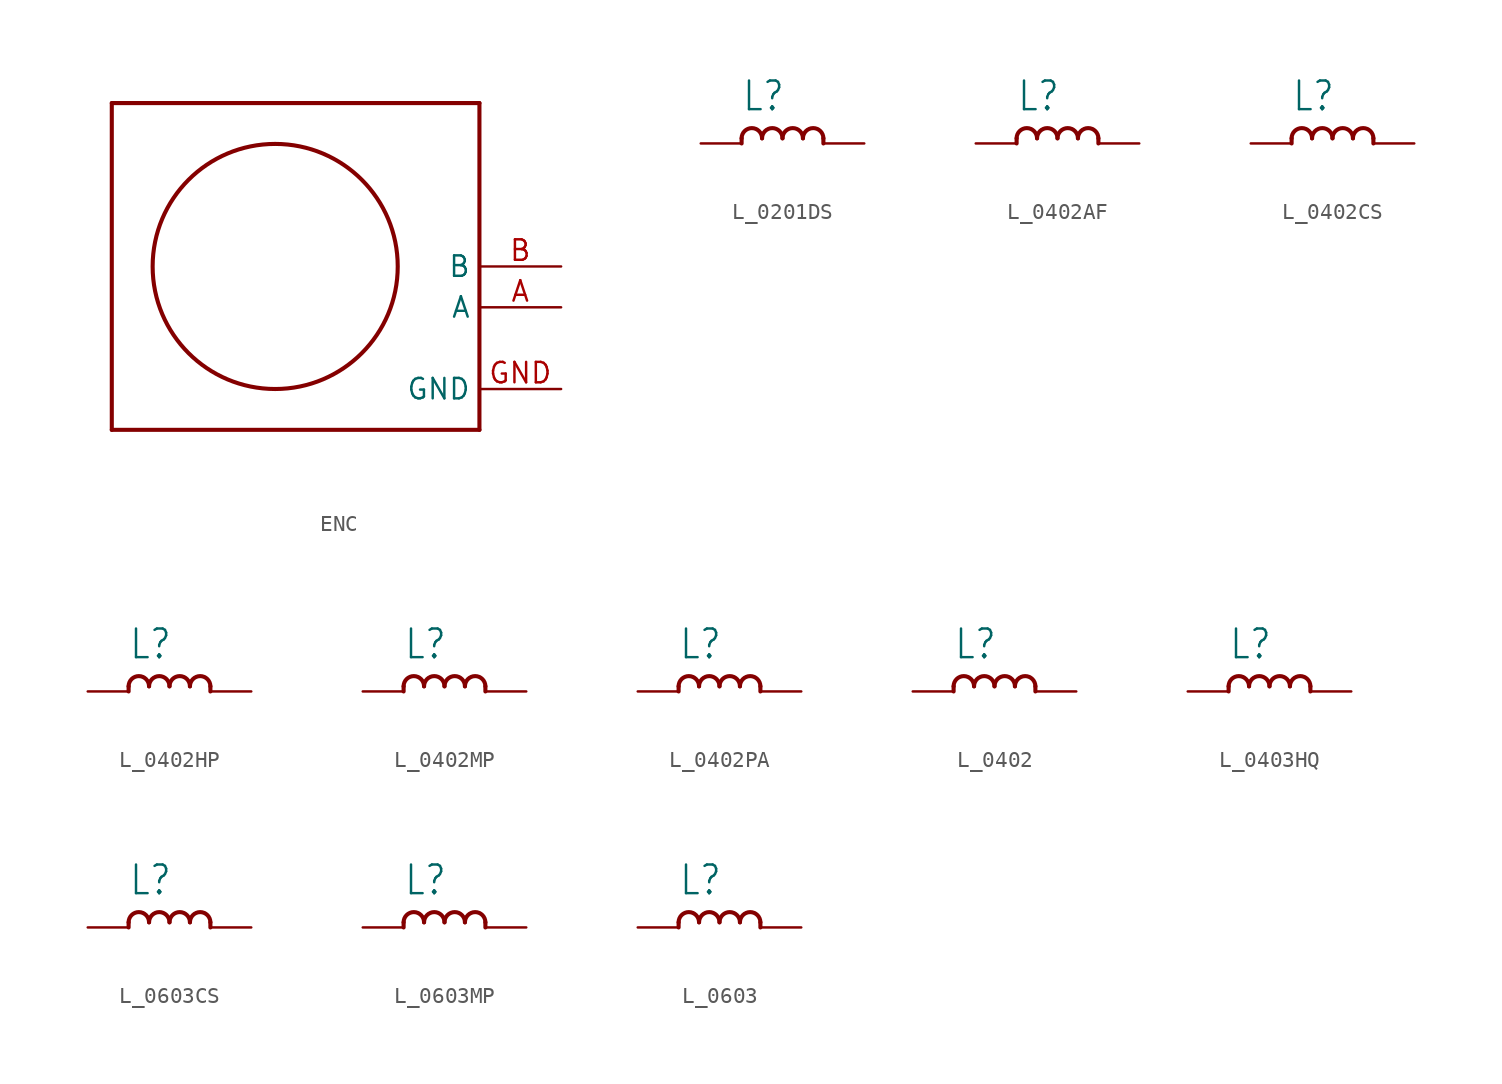
<source format=kicad_sym>
(kicad_symbol_lib
  (version 20220914)
  (generator kicad_symbol_editor)
  (symbol "ENC"
    (property "Reference" ""
      (at -10.16 -12.7 0)
      (effects (font (size 1.27 1.079)) (justify left bottom) hide))
    (property "Value" ""
      (at 2.54 -12.7 0)
      (effects (font (size 1.27 1.079)) (justify left bottom)))
    (property "ki_locked" ""
      (at 0 0 0)
      (effects (font (size 1.27 1.27))))
    (symbol "ENC_1_0"
      (polyline (pts (xy -10.16 -10.16) (xy -10.16 10.16)) (stroke (width 0.254) (type solid)) (fill (type none)))
      (polyline (pts (xy -10.16 10.16) (xy 12.7 10.16)) (stroke (width 0.254) (type solid)) (fill (type none)))
      (polyline (pts (xy 12.7 -10.16) (xy -10.16 -10.16)) (stroke (width 0.254) (type solid)) (fill (type none)))
      (polyline (pts (xy 12.7 10.16) (xy 12.7 -10.16)) (stroke (width 0.254) (type solid)) (fill (type none)))
      (circle (center 0 0) (radius 7.62) (stroke (width 0.254) (type solid)) (fill (type none)))
      (pin bidirectional line (at 17.78 -2.54 180) (length 5.08) (name "A" (effects (font (size 1.27 1.27)))) (number "A" (effects (font (size 1.27 1.27)))))
      (pin bidirectional line (at 17.78 0 180) (length 5.08) (name "B" (effects (font (size 1.27 1.27)))) (number "B" (effects (font (size 1.27 1.27)))))
      (pin bidirectional line (at 17.78 -7.62 180) (length 5.08) (name "GND" (effects (font (size 1.27 1.27)))) (number "GND" (effects (font (size 1.27 1.27)))))))
  (symbol "L_0201DS"
    (property "Reference" "L"
      (at -2.54 1.905 0)
      (effects (font (size 1.778 1.511)) (justify left bottom)))
    (property "Value" ""
      (at -2.54 -2.54 0)
      (effects (font (size 1.778 1.511)) (justify left bottom)))
    (property "ki_locked" ""
      (at 0 0 0)
      (effects (font (size 1.27 1.27))))
    (symbol "L_0201DS_1_0"
      (arc (start -1.27 0.3173) (mid -1.9049 0.9497) (end -2.54 0.3175) (stroke (width 0.254) (type solid)) (fill (type none)))
      (polyline (pts (xy -2.54 0.318) (xy -2.54 0)) (stroke (width 0.254) (type solid)) (fill (type none)))
      (polyline (pts (xy 2.54 0.318) (xy 2.54 0)) (stroke (width 0.254) (type solid)) (fill (type none)))
      (arc (start 0 0.3173) (mid -0.6349 0.9497) (end -1.27 0.3175) (stroke (width 0.254) (type solid)) (fill (type none)))
      (arc (start 1.27 0.3173) (mid 0.6351 0.9497) (end 0 0.3175) (stroke (width 0.254) (type solid)) (fill (type none)))
      (arc (start 2.54 0.3173) (mid 1.9051 0.9497) (end 1.27 0.3175) (stroke (width 0.254) (type solid)) (fill (type none)))
      (pin passive line (at 5.08 0 180) (length 2.54) (name "1" (effects (font (size 0 0)))) (number "1" (effects (font (size 0 0)))))
      (pin passive line (at -5.08 0 0) (length 2.54) (name "2" (effects (font (size 0 0)))) (number "2" (effects (font (size 0 0)))))))
  (symbol "L_0402AF"
    (property "Reference" "L"
      (at -2.54 1.905 0)
      (effects (font (size 1.778 1.511)) (justify left bottom)))
    (property "Value" ""
      (at -2.54 -2.54 0)
      (effects (font (size 1.778 1.511)) (justify left bottom)))
    (property "ki_locked" ""
      (at 0 0 0)
      (effects (font (size 1.27 1.27))))
    (symbol "L_0402AF_1_0"
      (arc (start -1.27 0.3173) (mid -1.9049 0.9497) (end -2.54 0.3175) (stroke (width 0.254) (type solid)) (fill (type none)))
      (polyline (pts (xy -2.54 0.318) (xy -2.54 0)) (stroke (width 0.254) (type solid)) (fill (type none)))
      (polyline (pts (xy 2.54 0.318) (xy 2.54 0)) (stroke (width 0.254) (type solid)) (fill (type none)))
      (arc (start 0 0.3173) (mid -0.6349 0.9497) (end -1.27 0.3175) (stroke (width 0.254) (type solid)) (fill (type none)))
      (arc (start 1.27 0.3173) (mid 0.6351 0.9497) (end 0 0.3175) (stroke (width 0.254) (type solid)) (fill (type none)))
      (arc (start 2.54 0.3173) (mid 1.9051 0.9497) (end 1.27 0.3175) (stroke (width 0.254) (type solid)) (fill (type none)))
      (pin passive line (at 5.08 0 180) (length 2.54) (name "1" (effects (font (size 0 0)))) (number "1" (effects (font (size 0 0)))))
      (pin passive line (at -5.08 0 0) (length 2.54) (name "2" (effects (font (size 0 0)))) (number "2" (effects (font (size 0 0)))))))
  (symbol "L_0402CS"
    (property "Reference" "L"
      (at -2.54 1.905 0)
      (effects (font (size 1.778 1.511)) (justify left bottom)))
    (property "Value" ""
      (at -2.54 -2.54 0)
      (effects (font (size 1.778 1.511)) (justify left bottom)))
    (property "ki_locked" ""
      (at 0 0 0)
      (effects (font (size 1.27 1.27))))
    (symbol "L_0402CS_1_0"
      (arc (start -1.27 0.3173) (mid -1.9049 0.9497) (end -2.54 0.3175) (stroke (width 0.254) (type solid)) (fill (type none)))
      (polyline (pts (xy -2.54 0.318) (xy -2.54 0)) (stroke (width 0.254) (type solid)) (fill (type none)))
      (polyline (pts (xy 2.54 0.318) (xy 2.54 0)) (stroke (width 0.254) (type solid)) (fill (type none)))
      (arc (start 0 0.3173) (mid -0.6349 0.9497) (end -1.27 0.3175) (stroke (width 0.254) (type solid)) (fill (type none)))
      (arc (start 1.27 0.3173) (mid 0.6351 0.9497) (end 0 0.3175) (stroke (width 0.254) (type solid)) (fill (type none)))
      (arc (start 2.54 0.3173) (mid 1.9051 0.9497) (end 1.27 0.3175) (stroke (width 0.254) (type solid)) (fill (type none)))
      (pin passive line (at 5.08 0 180) (length 2.54) (name "1" (effects (font (size 0 0)))) (number "1" (effects (font (size 0 0)))))
      (pin passive line (at -5.08 0 0) (length 2.54) (name "2" (effects (font (size 0 0)))) (number "2" (effects (font (size 0 0)))))))
  (symbol "L_0402HP"
    (property "Reference" "L"
      (at -2.54 1.905 0)
      (effects (font (size 1.778 1.511)) (justify left bottom)))
    (property "Value" ""
      (at -2.54 -2.54 0)
      (effects (font (size 1.778 1.511)) (justify left bottom)))
    (property "ki_locked" ""
      (at 0 0 0)
      (effects (font (size 1.27 1.27))))
    (symbol "L_0402HP_1_0"
      (arc (start -1.27 0.3173) (mid -1.9049 0.9497) (end -2.54 0.3175) (stroke (width 0.254) (type solid)) (fill (type none)))
      (polyline (pts (xy -2.54 0.318) (xy -2.54 0)) (stroke (width 0.254) (type solid)) (fill (type none)))
      (polyline (pts (xy 2.54 0.318) (xy 2.54 0)) (stroke (width 0.254) (type solid)) (fill (type none)))
      (arc (start 0 0.3173) (mid -0.6349 0.9497) (end -1.27 0.3175) (stroke (width 0.254) (type solid)) (fill (type none)))
      (arc (start 1.27 0.3173) (mid 0.6351 0.9497) (end 0 0.3175) (stroke (width 0.254) (type solid)) (fill (type none)))
      (arc (start 2.54 0.3173) (mid 1.9051 0.9497) (end 1.27 0.3175) (stroke (width 0.254) (type solid)) (fill (type none)))
      (pin passive line (at 5.08 0 180) (length 2.54) (name "1" (effects (font (size 0 0)))) (number "1" (effects (font (size 0 0)))))
      (pin passive line (at -5.08 0 0) (length 2.54) (name "2" (effects (font (size 0 0)))) (number "2" (effects (font (size 0 0)))))))
  (symbol "L_0402MP"
    (property "Reference" "L"
      (at -2.54 1.905 0)
      (effects (font (size 1.778 1.511)) (justify left bottom)))
    (property "Value" ""
      (at -2.54 -2.54 0)
      (effects (font (size 1.778 1.511)) (justify left bottom)))
    (property "ki_locked" ""
      (at 0 0 0)
      (effects (font (size 1.27 1.27))))
    (symbol "L_0402MP_1_0"
      (arc (start -1.27 0.3173) (mid -1.9049 0.9497) (end -2.54 0.3175) (stroke (width 0.254) (type solid)) (fill (type none)))
      (polyline (pts (xy -2.54 0.318) (xy -2.54 0)) (stroke (width 0.254) (type solid)) (fill (type none)))
      (polyline (pts (xy 2.54 0.318) (xy 2.54 0)) (stroke (width 0.254) (type solid)) (fill (type none)))
      (arc (start 0 0.3173) (mid -0.6349 0.9497) (end -1.27 0.3175) (stroke (width 0.254) (type solid)) (fill (type none)))
      (arc (start 1.27 0.3173) (mid 0.6351 0.9497) (end 0 0.3175) (stroke (width 0.254) (type solid)) (fill (type none)))
      (arc (start 2.54 0.3173) (mid 1.9051 0.9497) (end 1.27 0.3175) (stroke (width 0.254) (type solid)) (fill (type none)))
      (pin passive line (at 5.08 0 180) (length 2.54) (name "1" (effects (font (size 0 0)))) (number "1" (effects (font (size 0 0)))))
      (pin passive line (at -5.08 0 0) (length 2.54) (name "2" (effects (font (size 0 0)))) (number "2" (effects (font (size 0 0)))))))
  (symbol "L_0402PA"
    (property "Reference" "L"
      (at -2.54 1.905 0)
      (effects (font (size 1.778 1.511)) (justify left bottom)))
    (property "Value" ""
      (at -2.54 -2.54 0)
      (effects (font (size 1.778 1.511)) (justify left bottom)))
    (property "ki_locked" ""
      (at 0 0 0)
      (effects (font (size 1.27 1.27))))
    (symbol "L_0402PA_1_0"
      (arc (start -1.27 0.3173) (mid -1.9049 0.9497) (end -2.54 0.3175) (stroke (width 0.254) (type solid)) (fill (type none)))
      (polyline (pts (xy -2.54 0.318) (xy -2.54 0)) (stroke (width 0.254) (type solid)) (fill (type none)))
      (polyline (pts (xy 2.54 0.318) (xy 2.54 0)) (stroke (width 0.254) (type solid)) (fill (type none)))
      (arc (start 0 0.3173) (mid -0.6349 0.9497) (end -1.27 0.3175) (stroke (width 0.254) (type solid)) (fill (type none)))
      (arc (start 1.27 0.3173) (mid 0.6351 0.9497) (end 0 0.3175) (stroke (width 0.254) (type solid)) (fill (type none)))
      (arc (start 2.54 0.3173) (mid 1.9051 0.9497) (end 1.27 0.3175) (stroke (width 0.254) (type solid)) (fill (type none)))
      (pin passive line (at 5.08 0 180) (length 2.54) (name "1" (effects (font (size 0 0)))) (number "1" (effects (font (size 0 0)))))
      (pin passive line (at -5.08 0 0) (length 2.54) (name "2" (effects (font (size 0 0)))) (number "2" (effects (font (size 0 0)))))))
  (symbol "L_0402"
    (property "Reference" "L"
      (at -2.54 1.905 0)
      (effects (font (size 1.778 1.511)) (justify left bottom)))
    (property "Value" ""
      (at -2.54 -2.54 0)
      (effects (font (size 1.778 1.511)) (justify left bottom)))
    (property "ki_locked" ""
      (at 0 0 0)
      (effects (font (size 1.27 1.27))))
    (symbol "L_0402_1_0"
      (arc (start -1.27 0.3173) (mid -1.9049 0.9497) (end -2.54 0.3175) (stroke (width 0.254) (type solid)) (fill (type none)))
      (polyline (pts (xy -2.54 0.318) (xy -2.54 0)) (stroke (width 0.254) (type solid)) (fill (type none)))
      (polyline (pts (xy 2.54 0.318) (xy 2.54 0)) (stroke (width 0.254) (type solid)) (fill (type none)))
      (arc (start 0 0.3173) (mid -0.6349 0.9497) (end -1.27 0.3175) (stroke (width 0.254) (type solid)) (fill (type none)))
      (arc (start 1.27 0.3173) (mid 0.6351 0.9497) (end 0 0.3175) (stroke (width 0.254) (type solid)) (fill (type none)))
      (arc (start 2.54 0.3173) (mid 1.9051 0.9497) (end 1.27 0.3175) (stroke (width 0.254) (type solid)) (fill (type none)))
      (pin passive line (at 5.08 0 180) (length 2.54) (name "1" (effects (font (size 0 0)))) (number "1" (effects (font (size 0 0)))))
      (pin passive line (at -5.08 0 0) (length 2.54) (name "2" (effects (font (size 0 0)))) (number "2" (effects (font (size 0 0)))))))
  (symbol "L_0403HQ"
    (property "Reference" "L"
      (at -2.54 1.905 0)
      (effects (font (size 1.778 1.511)) (justify left bottom)))
    (property "Value" ""
      (at -2.54 -2.54 0)
      (effects (font (size 1.778 1.511)) (justify left bottom)))
    (property "ki_locked" ""
      (at 0 0 0)
      (effects (font (size 1.27 1.27))))
    (symbol "L_0403HQ_1_0"
      (arc (start -1.27 0.3173) (mid -1.9049 0.9497) (end -2.54 0.3175) (stroke (width 0.254) (type solid)) (fill (type none)))
      (polyline (pts (xy -2.54 0.318) (xy -2.54 0)) (stroke (width 0.254) (type solid)) (fill (type none)))
      (polyline (pts (xy 2.54 0.318) (xy 2.54 0)) (stroke (width 0.254) (type solid)) (fill (type none)))
      (arc (start 0 0.3173) (mid -0.6349 0.9497) (end -1.27 0.3175) (stroke (width 0.254) (type solid)) (fill (type none)))
      (arc (start 1.27 0.3173) (mid 0.6351 0.9497) (end 0 0.3175) (stroke (width 0.254) (type solid)) (fill (type none)))
      (arc (start 2.54 0.3173) (mid 1.9051 0.9497) (end 1.27 0.3175) (stroke (width 0.254) (type solid)) (fill (type none)))
      (pin passive line (at 5.08 0 180) (length 2.54) (name "1" (effects (font (size 0 0)))) (number "1" (effects (font (size 0 0)))))
      (pin passive line (at -5.08 0 0) (length 2.54) (name "2" (effects (font (size 0 0)))) (number "2" (effects (font (size 0 0)))))))
  (symbol "L_0603CS"
    (property "Reference" "L"
      (at -2.54 1.905 0)
      (effects (font (size 1.778 1.511)) (justify left bottom)))
    (property "Value" ""
      (at -2.54 -2.54 0)
      (effects (font (size 1.778 1.511)) (justify left bottom)))
    (property "ki_locked" ""
      (at 0 0 0)
      (effects (font (size 1.27 1.27))))
    (symbol "L_0603CS_1_0"
      (arc (start -1.27 0.3173) (mid -1.9049 0.9497) (end -2.54 0.3175) (stroke (width 0.254) (type solid)) (fill (type none)))
      (polyline (pts (xy -2.54 0.318) (xy -2.54 0)) (stroke (width 0.254) (type solid)) (fill (type none)))
      (polyline (pts (xy 2.54 0.318) (xy 2.54 0)) (stroke (width 0.254) (type solid)) (fill (type none)))
      (arc (start 0 0.3173) (mid -0.6349 0.9497) (end -1.27 0.3175) (stroke (width 0.254) (type solid)) (fill (type none)))
      (arc (start 1.27 0.3173) (mid 0.6351 0.9497) (end 0 0.3175) (stroke (width 0.254) (type solid)) (fill (type none)))
      (arc (start 2.54 0.3173) (mid 1.9051 0.9497) (end 1.27 0.3175) (stroke (width 0.254) (type solid)) (fill (type none)))
      (pin passive line (at 5.08 0 180) (length 2.54) (name "1" (effects (font (size 0 0)))) (number "1" (effects (font (size 0 0)))))
      (pin passive line (at -5.08 0 0) (length 2.54) (name "2" (effects (font (size 0 0)))) (number "2" (effects (font (size 0 0)))))))
  (symbol "L_0603MP"
    (property "Reference" "L"
      (at -2.54 1.905 0)
      (effects (font (size 1.778 1.511)) (justify left bottom)))
    (property "Value" ""
      (at -2.54 -2.54 0)
      (effects (font (size 1.778 1.511)) (justify left bottom)))
    (property "ki_locked" ""
      (at 0 0 0)
      (effects (font (size 1.27 1.27))))
    (symbol "L_0603MP_1_0"
      (arc (start -1.27 0.3173) (mid -1.9049 0.9497) (end -2.54 0.3175) (stroke (width 0.254) (type solid)) (fill (type none)))
      (polyline (pts (xy -2.54 0.318) (xy -2.54 0)) (stroke (width 0.254) (type solid)) (fill (type none)))
      (polyline (pts (xy 2.54 0.318) (xy 2.54 0)) (stroke (width 0.254) (type solid)) (fill (type none)))
      (arc (start 0 0.3173) (mid -0.6349 0.9497) (end -1.27 0.3175) (stroke (width 0.254) (type solid)) (fill (type none)))
      (arc (start 1.27 0.3173) (mid 0.6351 0.9497) (end 0 0.3175) (stroke (width 0.254) (type solid)) (fill (type none)))
      (arc (start 2.54 0.3173) (mid 1.9051 0.9497) (end 1.27 0.3175) (stroke (width 0.254) (type solid)) (fill (type none)))
      (pin passive line (at 5.08 0 180) (length 2.54) (name "1" (effects (font (size 0 0)))) (number "1" (effects (font (size 0 0)))))
      (pin passive line (at -5.08 0 0) (length 2.54) (name "2" (effects (font (size 0 0)))) (number "2" (effects (font (size 0 0)))))))
  (symbol "L_0603"
    (property "Reference" "L"
      (at -2.54 1.905 0)
      (effects (font (size 1.778 1.511)) (justify left bottom)))
    (property "Value" ""
      (at -2.54 -2.54 0)
      (effects (font (size 1.778 1.511)) (justify left bottom)))
    (property "ki_locked" ""
      (at 0 0 0)
      (effects (font (size 1.27 1.27))))
    (symbol "L_0603_1_0"
      (arc (start -1.27 0.3173) (mid -1.9049 0.9497) (end -2.54 0.3175) (stroke (width 0.254) (type solid)) (fill (type none)))
      (polyline (pts (xy -2.54 0.318) (xy -2.54 0)) (stroke (width 0.254) (type solid)) (fill (type none)))
      (polyline (pts (xy 2.54 0.318) (xy 2.54 0)) (stroke (width 0.254) (type solid)) (fill (type none)))
      (arc (start 0 0.3173) (mid -0.6349 0.9497) (end -1.27 0.3175) (stroke (width 0.254) (type solid)) (fill (type none)))
      (arc (start 1.27 0.3173) (mid 0.6351 0.9497) (end 0 0.3175) (stroke (width 0.254) (type solid)) (fill (type none)))
      (arc (start 2.54 0.3173) (mid 1.9051 0.9497) (end 1.27 0.3175) (stroke (width 0.254) (type solid)) (fill (type none)))
      (pin passive line (at 5.08 0 180) (length 2.54) (name "1" (effects (font (size 0 0)))) (number "1" (effects (font (size 0 0)))))
      (pin passive line (at -5.08 0 0) (length 2.54) (name "2" (effects (font (size 0 0)))) (number "2" (effects (font (size 0 0))))))))
</source>
